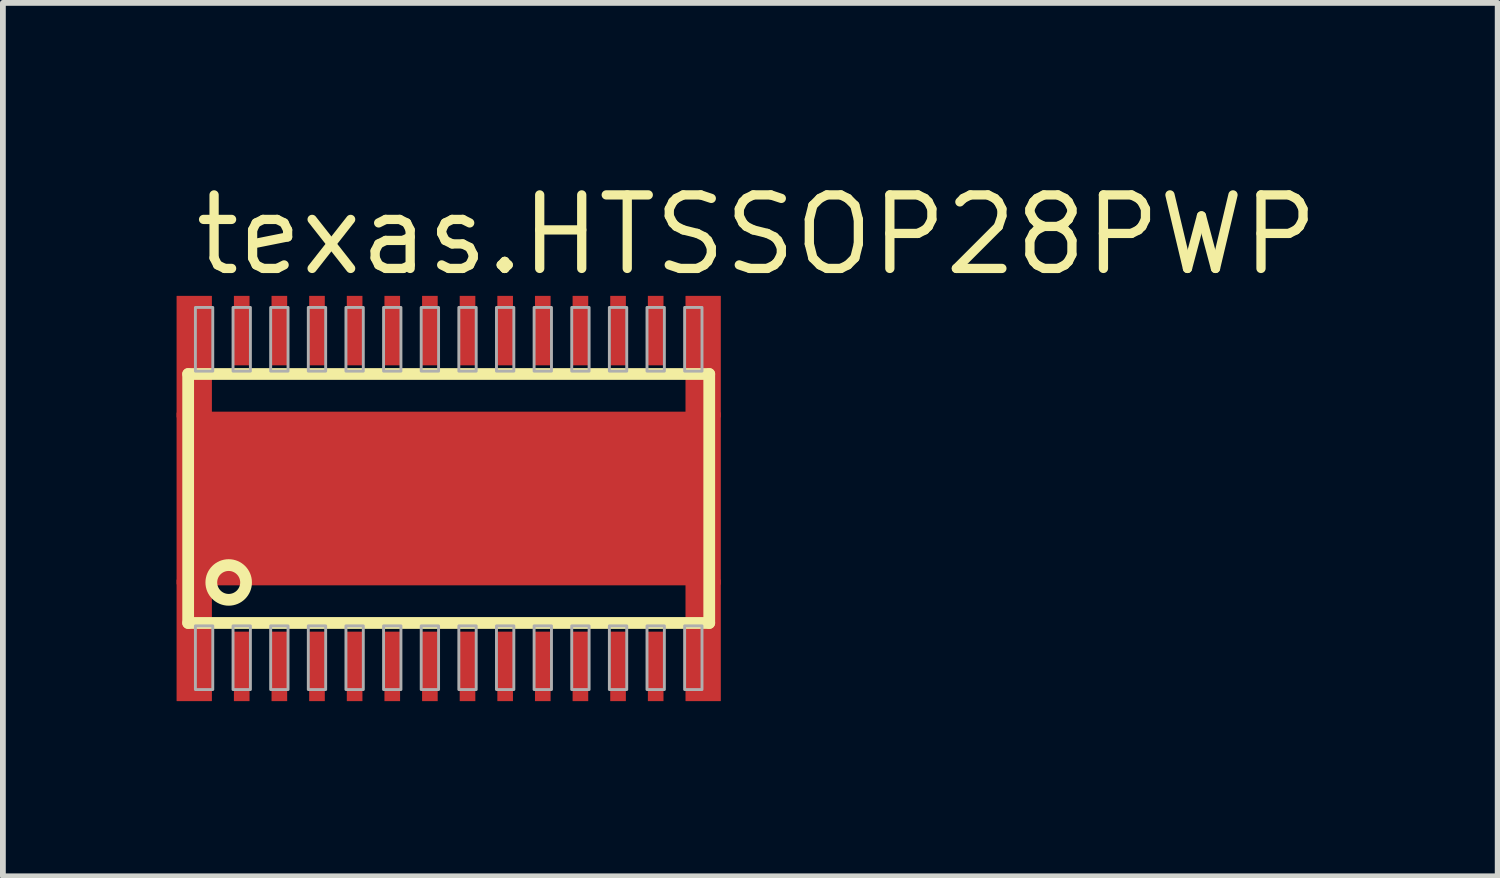
<source format=kicad_pcb>
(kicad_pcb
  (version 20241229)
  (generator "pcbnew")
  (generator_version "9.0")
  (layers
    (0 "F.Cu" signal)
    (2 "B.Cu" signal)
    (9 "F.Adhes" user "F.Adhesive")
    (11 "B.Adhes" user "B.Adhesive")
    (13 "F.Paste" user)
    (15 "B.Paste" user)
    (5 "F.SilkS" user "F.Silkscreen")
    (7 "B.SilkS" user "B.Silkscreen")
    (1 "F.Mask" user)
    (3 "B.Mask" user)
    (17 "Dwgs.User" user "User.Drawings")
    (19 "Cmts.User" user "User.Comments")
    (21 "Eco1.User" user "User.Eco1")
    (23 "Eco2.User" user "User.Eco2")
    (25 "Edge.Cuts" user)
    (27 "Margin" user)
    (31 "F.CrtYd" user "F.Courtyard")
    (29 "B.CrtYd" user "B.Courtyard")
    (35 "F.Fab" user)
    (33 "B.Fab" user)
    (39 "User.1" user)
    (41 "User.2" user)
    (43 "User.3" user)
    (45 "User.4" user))
  (footprint "texas.HTSSOP28PWP"
    (layer "F.Cu")
    (at 4.7 5.56)
    (property "Reference" "texas.HTSSOP28PWP" (at -4.46 -3.81 0) (layer "F.SilkS") (effects (font (size 1.27 1.27) (thickness 0.16)) (justify left bottom)))
    (attr smd)
    (fp_rect (start -4.36 -2.3) (end -4.09 -3.5) (stroke (width 0.05) (type default)) (fill yes) (layer "F.Mask"))
    (fp_rect (start -4.36 3.5) (end -4.09 2.3) (stroke (width 0.05) (type default)) (fill yes) (layer "F.Mask"))
    (fp_rect (start -3.71 -2.3) (end -3.44 -3.5) (stroke (width 0.05) (type default)) (fill yes) (layer "F.Mask"))
    (fp_rect (start -3.71 3.5) (end -3.44 2.3) (stroke (width 0.05) (type default)) (fill yes) (layer "F.Mask"))
    (fp_rect (start -3.19 1.1) (end 3.19 -1.1) (stroke (width 0.05) (type default)) (fill yes) (layer "F.Mask"))
    (fp_rect (start -3.06 -2.3) (end -2.79 -3.5) (stroke (width 0.05) (type default)) (fill yes) (layer "F.Mask"))
    (fp_rect (start -3.06 3.5) (end -2.79 2.3) (stroke (width 0.05) (type default)) (fill yes) (layer "F.Mask"))
    (fp_rect (start -2.41 -2.3) (end -2.14 -3.5) (stroke (width 0.05) (type default)) (fill yes) (layer "F.Mask"))
    (fp_rect (start -2.41 3.5) (end -2.14 2.3) (stroke (width 0.05) (type default)) (fill yes) (layer "F.Mask"))
    (fp_rect (start -1.76 -2.3) (end -1.49 -3.5) (stroke (width 0.05) (type default)) (fill yes) (layer "F.Mask"))
    (fp_rect (start -1.76 3.5) (end -1.49 2.3) (stroke (width 0.05) (type default)) (fill yes) (layer "F.Mask"))
    (fp_rect (start -1.11 -2.3) (end -0.84 -3.5) (stroke (width 0.05) (type default)) (fill yes) (layer "F.Mask"))
    (fp_rect (start -1.11 3.5) (end -0.84 2.3) (stroke (width 0.05) (type default)) (fill yes) (layer "F.Mask"))
    (fp_rect (start -0.46 -2.3) (end -0.19 -3.5) (stroke (width 0.05) (type default)) (fill yes) (layer "F.Mask"))
    (fp_rect (start -0.46 3.5) (end -0.19 2.3) (stroke (width 0.05) (type default)) (fill yes) (layer "F.Mask"))
    (fp_rect (start 0.19 -2.3) (end 0.46 -3.5) (stroke (width 0.05) (type default)) (fill yes) (layer "F.Mask"))
    (fp_rect (start 0.19 3.5) (end 0.46 2.3) (stroke (width 0.05) (type default)) (fill yes) (layer "F.Mask"))
    (fp_rect (start 0.84 -2.3) (end 1.11 -3.5) (stroke (width 0.05) (type default)) (fill yes) (layer "F.Mask"))
    (fp_rect (start 0.84 3.5) (end 1.11 2.3) (stroke (width 0.05) (type default)) (fill yes) (layer "F.Mask"))
    (fp_rect (start 1.49 -2.3) (end 1.76 -3.5) (stroke (width 0.05) (type default)) (fill yes) (layer "F.Mask"))
    (fp_rect (start 1.49 3.5) (end 1.76 2.3) (stroke (width 0.05) (type default)) (fill yes) (layer "F.Mask"))
    (fp_rect (start 2.14 -2.3) (end 2.41 -3.5) (stroke (width 0.05) (type default)) (fill yes) (layer "F.Mask"))
    (fp_rect (start 2.14 3.5) (end 2.41 2.3) (stroke (width 0.05) (type default)) (fill yes) (layer "F.Mask"))
    (fp_rect (start 2.79 -2.3) (end 3.06 -3.5) (stroke (width 0.05) (type default)) (fill yes) (layer "F.Mask"))
    (fp_rect (start 2.79 3.5) (end 3.06 2.3) (stroke (width 0.05) (type default)) (fill yes) (layer "F.Mask"))
    (fp_rect (start 3.44 -2.3) (end 3.71 -3.5) (stroke (width 0.05) (type default)) (fill yes) (layer "F.Mask"))
    (fp_rect (start 3.44 3.5) (end 3.71 2.3) (stroke (width 0.05) (type default)) (fill yes) (layer "F.Mask"))
    (fp_rect (start 4.09 -2.3) (end 4.36 -3.5) (stroke (width 0.05) (type default)) (fill yes) (layer "F.Mask"))
    (fp_rect (start 4.09 3.5) (end 4.36 2.3) (stroke (width 0.05) (type default)) (fill yes) (layer "F.Mask"))
    (fp_line (start -4.5 -2.15) (end 4.5 -2.15) (stroke (width 0.203) (type default)) (layer "F.SilkS"))
    (fp_line (start -4.5 2.15) (end -4.5 -2.15) (stroke (width 0.203) (type default)) (layer "F.SilkS"))
    (fp_line (start 4.5 -2.15) (end 4.5 2.15) (stroke (width 0.203) (type default)) (layer "F.SilkS"))
    (fp_line (start 4.5 2.15) (end -4.5 2.15) (stroke (width 0.203) (type default)) (layer "F.SilkS"))
    (fp_circle (center -3.8 1.45) (end -3.5 1.45) (stroke (width 0.203) (type default)) (fill no) (layer "F.SilkS"))
    (fp_rect (start -4.35 -2.31) (end -4.1 -3.48) (stroke (width 0.05) (type default)) (fill yes) (layer "F.Paste"))
    (fp_rect (start -4.35 3.48) (end -4.1 2.31) (stroke (width 0.05) (type default)) (fill yes) (layer "F.Paste"))
    (fp_rect (start -3.7 -2.31) (end -3.45 -3.48) (stroke (width 0.05) (type default)) (fill yes) (layer "F.Paste"))
    (fp_rect (start -3.7 3.48) (end -3.45 2.31) (stroke (width 0.05) (type default)) (fill yes) (layer "F.Paste"))
    (fp_rect (start -3.1 1) (end 3.1 -1) (stroke (width 0.05) (type default)) (fill yes) (layer "F.Paste"))
    (fp_rect (start -3.05 -2.31) (end -2.8 -3.48) (stroke (width 0.05) (type default)) (fill yes) (layer "F.Paste"))
    (fp_rect (start -3.05 3.48) (end -2.8 2.31) (stroke (width 0.05) (type default)) (fill yes) (layer "F.Paste"))
    (fp_rect (start -2.4 -2.31) (end -2.15 -3.48) (stroke (width 0.05) (type default)) (fill yes) (layer "F.Paste"))
    (fp_rect (start -2.4 3.48) (end -2.15 2.31) (stroke (width 0.05) (type default)) (fill yes) (layer "F.Paste"))
    (fp_rect (start -1.75 -2.31) (end -1.5 -3.48) (stroke (width 0.05) (type default)) (fill yes) (layer "F.Paste"))
    (fp_rect (start -1.75 3.48) (end -1.5 2.31) (stroke (width 0.05) (type default)) (fill yes) (layer "F.Paste"))
    (fp_rect (start -1.1 -2.31) (end -0.85 -3.48) (stroke (width 0.05) (type default)) (fill yes) (layer "F.Paste"))
    (fp_rect (start -1.1 3.48) (end -0.85 2.31) (stroke (width 0.05) (type default)) (fill yes) (layer "F.Paste"))
    (fp_rect (start -0.45 -2.31) (end -0.2 -3.48) (stroke (width 0.05) (type default)) (fill yes) (layer "F.Paste"))
    (fp_rect (start -0.45 3.48) (end -0.2 2.31) (stroke (width 0.05) (type default)) (fill yes) (layer "F.Paste"))
    (fp_rect (start 0.2 -2.31) (end 0.45 -3.48) (stroke (width 0.05) (type default)) (fill yes) (layer "F.Paste"))
    (fp_rect (start 0.2 3.48) (end 0.45 2.31) (stroke (width 0.05) (type default)) (fill yes) (layer "F.Paste"))
    (fp_rect (start 0.85 -2.31) (end 1.1 -3.48) (stroke (width 0.05) (type default)) (fill yes) (layer "F.Paste"))
    (fp_rect (start 0.85 3.48) (end 1.1 2.31) (stroke (width 0.05) (type default)) (fill yes) (layer "F.Paste"))
    (fp_rect (start 1.5 -2.31) (end 1.75 -3.48) (stroke (width 0.05) (type default)) (fill yes) (layer "F.Paste"))
    (fp_rect (start 1.5 3.48) (end 1.75 2.31) (stroke (width 0.05) (type default)) (fill yes) (layer "F.Paste"))
    (fp_rect (start 2.15 -2.31) (end 2.4 -3.48) (stroke (width 0.05) (type default)) (fill yes) (layer "F.Paste"))
    (fp_rect (start 2.15 3.48) (end 2.4 2.31) (stroke (width 0.05) (type default)) (fill yes) (layer "F.Paste"))
    (fp_rect (start 2.8 -2.31) (end 3.05 -3.48) (stroke (width 0.05) (type default)) (fill yes) (layer "F.Paste"))
    (fp_rect (start 2.8 3.48) (end 3.05 2.31) (stroke (width 0.05) (type default)) (fill yes) (layer "F.Paste"))
    (fp_rect (start 3.45 -2.31) (end 3.7 -3.48) (stroke (width 0.05) (type default)) (fill yes) (layer "F.Paste"))
    (fp_rect (start 3.45 3.48) (end 3.7 2.31) (stroke (width 0.05) (type default)) (fill yes) (layer "F.Paste"))
    (fp_rect (start 4.1 -2.31) (end 4.35 -3.48) (stroke (width 0.05) (type default)) (fill yes) (layer "F.Paste"))
    (fp_rect (start 4.1 3.48) (end 4.35 2.31) (stroke (width 0.05) (type default)) (fill yes) (layer "F.Paste"))
    (fp_rect (start -4.375 -2.2) (end -4.075 -3.3) (stroke (width 0.05) (type default)) (fill no) (layer "F.Fab"))
    (fp_rect (start -4.375 3.3) (end -4.075 2.2) (stroke (width 0.05) (type default)) (fill no) (layer "F.Fab"))
    (fp_rect (start -3.725 -2.2) (end -3.425 -3.3) (stroke (width 0.05) (type default)) (fill no) (layer "F.Fab"))
    (fp_rect (start -3.725 3.3) (end -3.425 2.2) (stroke (width 0.05) (type default)) (fill no) (layer "F.Fab"))
    (fp_rect (start -3.075 -2.2) (end -2.775 -3.3) (stroke (width 0.05) (type default)) (fill no) (layer "F.Fab"))
    (fp_rect (start -3.075 3.3) (end -2.775 2.2) (stroke (width 0.05) (type default)) (fill no) (layer "F.Fab"))
    (fp_rect (start -2.425 -2.2) (end -2.125 -3.3) (stroke (width 0.05) (type default)) (fill no) (layer "F.Fab"))
    (fp_rect (start -2.425 3.3) (end -2.125 2.2) (stroke (width 0.05) (type default)) (fill no) (layer "F.Fab"))
    (fp_rect (start -1.775 -2.2) (end -1.475 -3.3) (stroke (width 0.05) (type default)) (fill no) (layer "F.Fab"))
    (fp_rect (start -1.775 3.3) (end -1.475 2.2) (stroke (width 0.05) (type default)) (fill no) (layer "F.Fab"))
    (fp_rect (start -1.125 -2.2) (end -0.825 -3.3) (stroke (width 0.05) (type default)) (fill no) (layer "F.Fab"))
    (fp_rect (start -1.125 3.3) (end -0.825 2.2) (stroke (width 0.05) (type default)) (fill no) (layer "F.Fab"))
    (fp_rect (start -0.475 -2.2) (end -0.175 -3.3) (stroke (width 0.05) (type default)) (fill no) (layer "F.Fab"))
    (fp_rect (start -0.475 3.3) (end -0.175 2.2) (stroke (width 0.05) (type default)) (fill no) (layer "F.Fab"))
    (fp_rect (start 0.175 -2.2) (end 0.475 -3.3) (stroke (width 0.05) (type default)) (fill no) (layer "F.Fab"))
    (fp_rect (start 0.175 3.3) (end 0.475 2.2) (stroke (width 0.05) (type default)) (fill no) (layer "F.Fab"))
    (fp_rect (start 0.825 -2.2) (end 1.125 -3.3) (stroke (width 0.05) (type default)) (fill no) (layer "F.Fab"))
    (fp_rect (start 0.825 3.3) (end 1.125 2.2) (stroke (width 0.05) (type default)) (fill no) (layer "F.Fab"))
    (fp_rect (start 1.475 -2.2) (end 1.775 -3.3) (stroke (width 0.05) (type default)) (fill no) (layer "F.Fab"))
    (fp_rect (start 1.475 3.3) (end 1.775 2.2) (stroke (width 0.05) (type default)) (fill no) (layer "F.Fab"))
    (fp_rect (start 2.125 -2.2) (end 2.425 -3.3) (stroke (width 0.05) (type default)) (fill no) (layer "F.Fab"))
    (fp_rect (start 2.125 3.3) (end 2.425 2.2) (stroke (width 0.05) (type default)) (fill no) (layer "F.Fab"))
    (fp_rect (start 2.775 -2.2) (end 3.075 -3.3) (stroke (width 0.05) (type default)) (fill no) (layer "F.Fab"))
    (fp_rect (start 2.775 3.3) (end 3.075 2.2) (stroke (width 0.05) (type default)) (fill no) (layer "F.Fab"))
    (fp_rect (start 3.425 -2.2) (end 3.725 -3.3) (stroke (width 0.05) (type default)) (fill no) (layer "F.Fab"))
    (fp_rect (start 3.425 3.3) (end 3.725 2.2) (stroke (width 0.05) (type default)) (fill no) (layer "F.Fab"))
    (fp_rect (start 4.075 -2.2) (end 4.375 -3.3) (stroke (width 0.05) (type default)) (fill no) (layer "F.Fab"))
    (fp_rect (start 4.075 3.3) (end 4.375 2.2) (stroke (width 0.05) (type default)) (fill no) (layer "F.Fab"))
    (pad "1" smd roundrect (at -4.395 2.45) (size 0.61 2.1) (layers "F.Cu" "F.Mask" "F.Paste") (roundrect_rratio 0.01))
    (pad "2" smd roundrect (at -3.575 2.9) (size 0.27 1.2) (layers "F.Cu" "F.Mask" "F.Paste") (roundrect_rratio 0.01))
    (pad "3" smd roundrect (at -2.925 2.9) (size 0.27 1.2) (layers "F.Cu" "F.Mask" "F.Paste") (roundrect_rratio 0.01))
    (pad "4" smd roundrect (at -2.275 2.9) (size 0.27 1.2) (layers "F.Cu" "F.Mask" "F.Paste") (roundrect_rratio 0.01))
    (pad "5" smd roundrect (at -1.625 2.9) (size 0.27 1.2) (layers "F.Cu" "F.Mask" "F.Paste") (roundrect_rratio 0.01))
    (pad "6" smd roundrect (at -0.975 2.9) (size 0.27 1.2) (layers "F.Cu" "F.Mask" "F.Paste") (roundrect_rratio 0.01))
    (pad "7" smd roundrect (at -0.325 2.9) (size 0.27 1.2) (layers "F.Cu" "F.Mask" "F.Paste") (roundrect_rratio 0.01))
    (pad "8" smd roundrect (at 0.325 2.9) (size 0.27 1.2) (layers "F.Cu" "F.Mask" "F.Paste") (roundrect_rratio 0.01))
    (pad "9" smd roundrect (at 0.975 2.9) (size 0.27 1.2) (layers "F.Cu" "F.Mask" "F.Paste") (roundrect_rratio 0.01))
    (pad "10" smd roundrect (at 1.625 2.9) (size 0.27 1.2) (layers "F.Cu" "F.Mask" "F.Paste") (roundrect_rratio 0.01))
    (pad "11" smd roundrect (at 2.275 2.9) (size 0.27 1.2) (layers "F.Cu" "F.Mask" "F.Paste") (roundrect_rratio 0.01))
    (pad "12" smd roundrect (at 2.925 2.9) (size 0.27 1.2) (layers "F.Cu" "F.Mask" "F.Paste") (roundrect_rratio 0.01))
    (pad "13" smd roundrect (at 3.575 2.9) (size 0.27 1.2) (layers "F.Cu" "F.Mask" "F.Paste") (roundrect_rratio 0.01))
    (pad "14" smd roundrect (at 4.395 2.45) (size 0.61 2.1) (layers "F.Cu" "F.Mask" "F.Paste") (roundrect_rratio 0.01))
    (pad "15" smd roundrect (at 4.395 -2.45 180) (size 0.61 2.1) (layers "F.Cu" "F.Mask" "F.Paste") (roundrect_rratio 0.01))
    (pad "16" smd roundrect (at 3.575 -2.9 180) (size 0.27 1.2) (layers "F.Cu" "F.Mask" "F.Paste") (roundrect_rratio 0.01))
    (pad "17" smd roundrect (at 2.925 -2.9 180) (size 0.27 1.2) (layers "F.Cu" "F.Mask" "F.Paste") (roundrect_rratio 0.01))
    (pad "18" smd roundrect (at 2.275 -2.9 180) (size 0.27 1.2) (layers "F.Cu" "F.Mask" "F.Paste") (roundrect_rratio 0.01))
    (pad "19" smd roundrect (at 1.625 -2.9 180) (size 0.27 1.2) (layers "F.Cu" "F.Mask" "F.Paste") (roundrect_rratio 0.01))
    (pad "20" smd roundrect (at 0.975 -2.9 180) (size 0.27 1.2) (layers "F.Cu" "F.Mask" "F.Paste") (roundrect_rratio 0.01))
    (pad "21" smd roundrect (at 0.325 -2.9 180) (size 0.27 1.2) (layers "F.Cu" "F.Mask" "F.Paste") (roundrect_rratio 0.01))
    (pad "22" smd roundrect (at -0.325 -2.9 180) (size 0.27 1.2) (layers "F.Cu" "F.Mask" "F.Paste") (roundrect_rratio 0.01))
    (pad "23" smd roundrect (at -0.975 -2.9 180) (size 0.27 1.2) (layers "F.Cu" "F.Mask" "F.Paste") (roundrect_rratio 0.01))
    (pad "24" smd roundrect (at -1.625 -2.9 180) (size 0.27 1.2) (layers "F.Cu" "F.Mask" "F.Paste") (roundrect_rratio 0.01))
    (pad "25" smd roundrect (at -2.275 -2.9 180) (size 0.27 1.2) (layers "F.Cu" "F.Mask" "F.Paste") (roundrect_rratio 0.01))
    (pad "26" smd roundrect (at -2.925 -2.9 180) (size 0.27 1.2) (layers "F.Cu" "F.Mask" "F.Paste") (roundrect_rratio 0.01))
    (pad "27" smd roundrect (at -3.575 -2.9 180) (size 0.27 1.2) (layers "F.Cu" "F.Mask" "F.Paste") (roundrect_rratio 0.01))
    (pad "28" smd roundrect (at -4.395 -2.45 180) (size 0.61 2.1) (layers "F.Cu" "F.Mask" "F.Paste") (roundrect_rratio 0.01))
    (pad "EXP" smd roundrect (at 0 0) (size 9.4 3) (layers "F.Cu" "F.Mask" "F.Paste") (roundrect_rratio 0.01)))
  (gr_rect
    (start -3 -3)
    (end 22.818 12.085)
    (stroke (width 0.1) (type default))
    (fill no)
    (layer "Edge.Cuts")))
</source>
